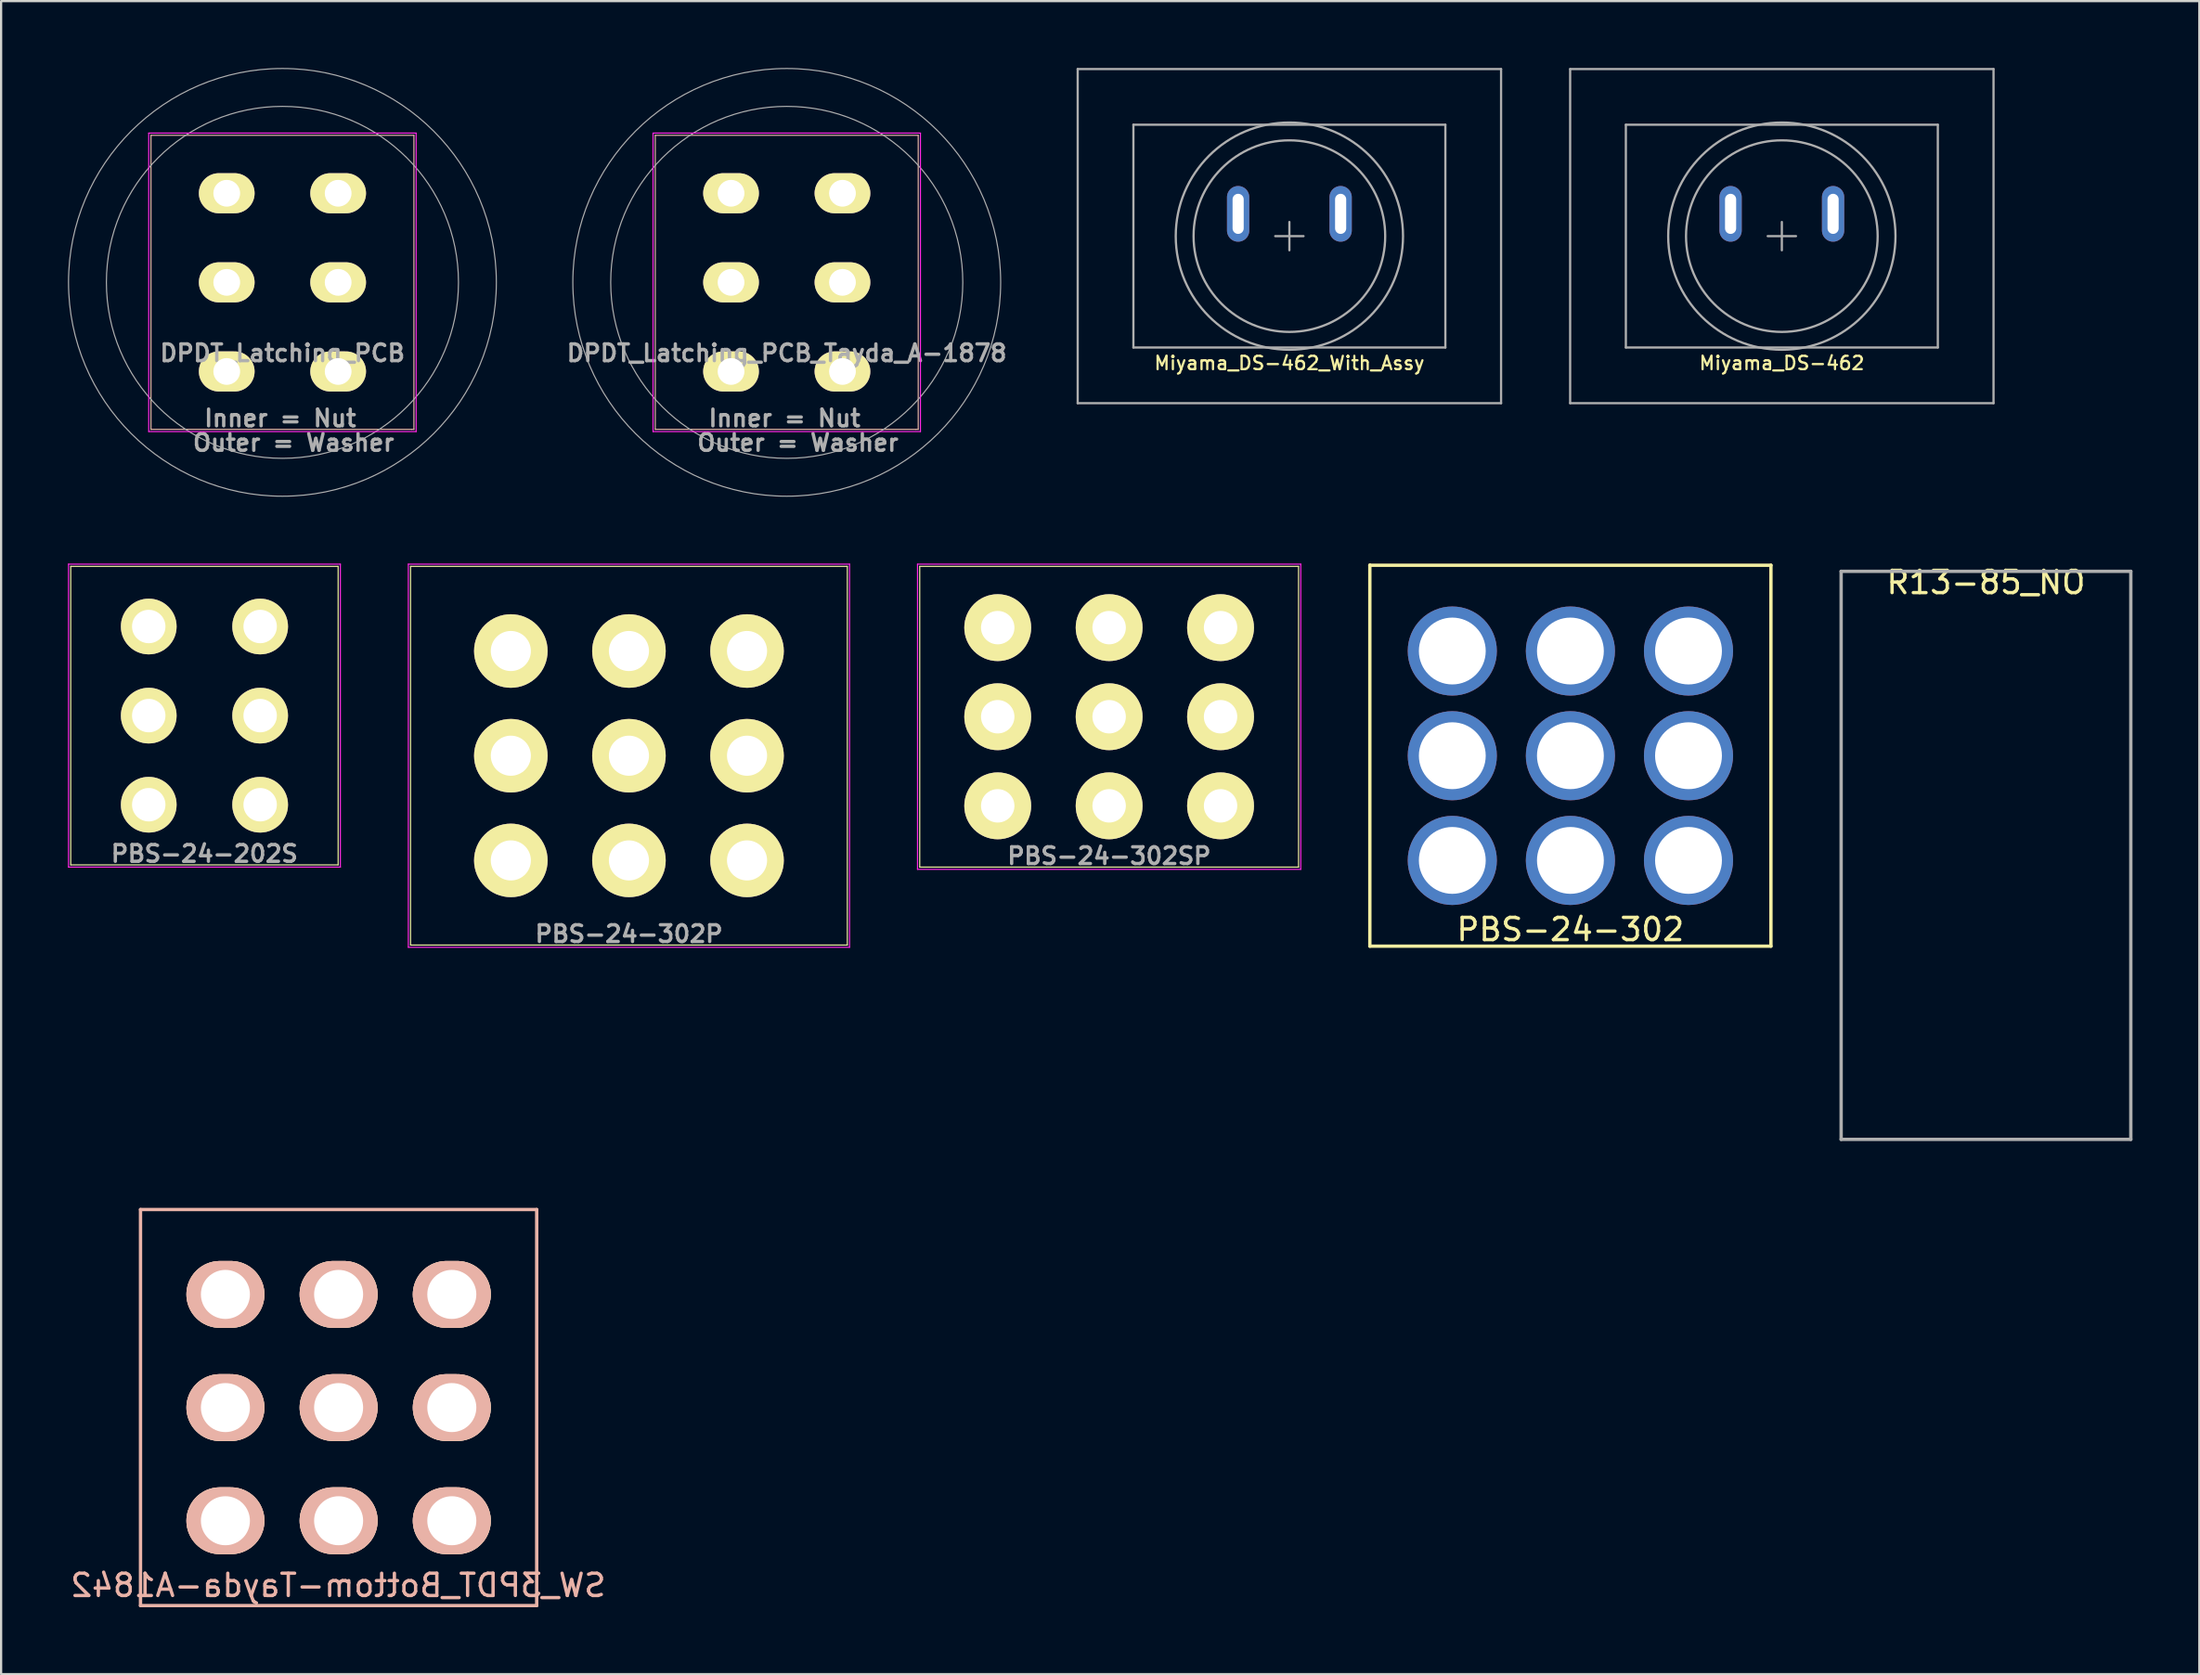
<source format=kicad_pcb>
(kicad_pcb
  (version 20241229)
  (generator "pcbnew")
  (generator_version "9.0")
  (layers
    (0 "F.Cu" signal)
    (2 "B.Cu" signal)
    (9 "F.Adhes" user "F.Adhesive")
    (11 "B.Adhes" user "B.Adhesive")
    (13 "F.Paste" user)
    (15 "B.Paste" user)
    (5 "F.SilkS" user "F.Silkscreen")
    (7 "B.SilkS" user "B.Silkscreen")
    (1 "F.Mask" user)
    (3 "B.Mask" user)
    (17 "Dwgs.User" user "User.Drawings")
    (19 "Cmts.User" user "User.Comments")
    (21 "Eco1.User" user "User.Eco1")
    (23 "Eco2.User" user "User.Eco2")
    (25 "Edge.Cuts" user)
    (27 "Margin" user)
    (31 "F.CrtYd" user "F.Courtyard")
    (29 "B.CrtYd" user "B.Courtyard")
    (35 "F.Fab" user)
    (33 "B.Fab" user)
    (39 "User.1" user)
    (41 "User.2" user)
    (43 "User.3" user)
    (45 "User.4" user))
  (footprint "PBS-24-302SP"
    (layer "F.Cu")
    (at 46.725 29.125)
    (property "Reference" "PBS-24-302SP" (at 0 6.25 0) (layer "F.Fab") (effects (font (size 0.75 0.75) (thickness 0.15))))
    (attr through_hole)
    (fp_line (start -8.5 -6.75) (end -8.5 6.75) (stroke (width 0.05) (type solid)) (layer "F.SilkS"))
    (fp_line (start -8.5 6.75) (end 8.5 6.75) (stroke (width 0.05) (type solid)) (layer "F.SilkS"))
    (fp_line (start 8.5 -6.75) (end -8.5 -6.75) (stroke (width 0.05) (type solid)) (layer "F.SilkS"))
    (fp_line (start 8.5 6.75) (end 8.5 -6.75) (stroke (width 0.05) (type solid)) (layer "F.SilkS"))
    (fp_line (start -8.6 -6.85) (end 8.6 -6.85) (stroke (width 0.05) (type solid)) (layer "F.CrtYd"))
    (fp_line (start -8.6 6.85) (end -8.6 -6.85) (stroke (width 0.05) (type solid)) (layer "F.CrtYd"))
    (fp_line (start 8.6 -6.85) (end 8.6 6.85) (stroke (width 0.05) (type solid)) (layer "F.CrtYd"))
    (fp_line (start 8.6 6.85) (end -8.6 6.85) (stroke (width 0.05) (type solid)) (layer "F.CrtYd"))
    (pad "1" thru_hole circle (at -5 -4) (size 3 3) (drill 1.5) (layers "*.Cu" "*.Mask" "F.SilkS"))
    (pad "2" thru_hole circle (at -5 0) (size 3 3) (drill 1.5) (layers "*.Cu" "*.Mask" "F.SilkS"))
    (pad "3" thru_hole circle (at -5 4) (size 3 3) (drill 1.5) (layers "*.Cu" "*.Mask" "F.SilkS"))
    (pad "4" thru_hole circle (at 0 -4) (size 3 3) (drill 1.5) (layers "*.Cu" "*.Mask" "F.SilkS"))
    (pad "5" thru_hole circle (at 0 0) (size 3 3) (drill 1.5) (layers "*.Cu" "*.Mask" "F.SilkS"))
    (pad "6" thru_hole circle (at 0 4) (size 3 3) (drill 1.5) (layers "*.Cu" "*.Mask" "F.SilkS"))
    (pad "7" thru_hole circle (at 5 -4) (size 3 3) (drill 1.5) (layers "*.Cu" "*.Mask" "F.SilkS"))
    (pad "8" thru_hole circle (at 5 0) (size 3 3) (drill 1.5) (layers "*.Cu" "*.Mask" "F.SilkS"))
    (pad "9" thru_hole circle (at 5 4) (size 3 3) (drill 1.5) (layers "*.Cu" "*.Mask" "F.SilkS")))
  (footprint "PBS-24-202S"
    (layer "F.Cu")
    (at 6.125 29.075)
    (property "Reference" "PBS-24-202S" (at 0 6.2 0) (layer "F.Fab") (effects (font (size 0.75 0.75) (thickness 0.15))))
    (attr through_hole)
    (fp_line (start -6 -6.7) (end -6 6.7) (stroke (width 0.05) (type solid)) (layer "F.SilkS"))
    (fp_line (start -6 6.7) (end 6 6.7) (stroke (width 0.05) (type solid)) (layer "F.SilkS"))
    (fp_line (start 6 -6.7) (end -6 -6.7) (stroke (width 0.05) (type solid)) (layer "F.SilkS"))
    (fp_line (start 6 6.7) (end 6 -6.7) (stroke (width 0.05) (type solid)) (layer "F.SilkS"))
    (fp_line (start -6.1 -6.8) (end -6.1 6.8) (stroke (width 0.05) (type solid)) (layer "F.CrtYd"))
    (fp_line (start -6.1 6.8) (end 6.1 6.8) (stroke (width 0.05) (type solid)) (layer "F.CrtYd"))
    (fp_line (start 6.1 -6.8) (end -6.1 -6.8) (stroke (width 0.05) (type solid)) (layer "F.CrtYd"))
    (fp_line (start 6.1 6.8) (end 6.1 -6.8) (stroke (width 0.05) (type solid)) (layer "F.CrtYd"))
    (pad "1" thru_hole circle (at -2.5 -4) (size 2.5 2.5) (drill 1.5) (layers "*.Cu" "*.Mask" "F.SilkS"))
    (pad "2" thru_hole circle (at -2.5 0) (size 2.5 2.5) (drill 1.5) (layers "*.Cu" "*.Mask" "F.SilkS"))
    (pad "3" thru_hole circle (at -2.5 4) (size 2.5 2.5) (drill 1.5) (layers "*.Cu" "*.Mask" "F.SilkS"))
    (pad "4" thru_hole circle (at 2.5 -4) (size 2.5 2.5) (drill 1.5) (layers "*.Cu" "*.Mask" "F.SilkS"))
    (pad "5" thru_hole circle (at 2.5 0) (size 2.5 2.5) (drill 1.5) (layers "*.Cu" "*.Mask" "F.SilkS"))
    (pad "6" thru_hole circle (at 2.5 4) (size 2.5 2.5) (drill 1.5) (layers "*.Cu" "*.Mask" "F.SilkS")))
  (footprint "DPDT_Latching_PCB_Tayda_A-1878"
    (layer "F.Cu")
    (at 32.257 9.625)
    (property "Reference" "DPDT_Latching_PCB_Tayda_A-1878" (at 0 3.175 0) (layer "F.Fab") (effects (font (size 0.75 0.75) (thickness 0.15))))
    (attr through_hole)
    (fp_line (start -5.9 -6.6) (end -5.9 6.6) (stroke (width 0.05) (type solid)) (layer "B.SilkS"))
    (fp_line (start -5.9 6.6) (end 5.8 6.6) (stroke (width 0.05) (type solid)) (layer "B.SilkS"))
    (fp_line (start 5.8 6.6) (end 5.9 6.6) (stroke (width 0.05) (type solid)) (layer "B.SilkS"))
    (fp_line (start 5.9 -6.6) (end -5.9 -6.6) (stroke (width 0.05) (type solid)) (layer "B.SilkS"))
    (fp_line (start 5.9 6.6) (end 5.9 -6.6) (stroke (width 0.05) (type solid)) (layer "B.SilkS"))
    (fp_line (start -6 -6.7) (end -6 6.7) (stroke (width 0.05) (type solid)) (layer "F.CrtYd"))
    (fp_line (start -6 6.7) (end 6 6.7) (stroke (width 0.05) (type solid)) (layer "F.CrtYd"))
    (fp_line (start 6 -6.7) (end -6 -6.7) (stroke (width 0.05) (type solid)) (layer "F.CrtYd"))
    (fp_line (start 6 6.7) (end 6 -6.7) (stroke (width 0.05) (type solid)) (layer "F.CrtYd"))
    (fp_circle (center 0 0) (end -7.9 0) (stroke (width 0.05) (type solid)) (fill no) (layer "F.Fab"))
    (fp_circle (center 0 0) (end 9.6 0) (stroke (width 0.05) (type solid)) (fill no) (layer "F.Fab"))
    (fp_text user "Inner = Nut" (at -0.1 6.1 0) (layer "F.Fab") (effects (font (size 0.75 0.75) (thickness 0.15))))
    (fp_text user "Outer = Washer" (at 0.5 7.2 0) (layer "F.Fab") (effects (font (size 0.75 0.75) (thickness 0.15))))
    (pad "1" thru_hole oval (at -2.5 -4) (size 2.5 1.8) (drill 1.2) (layers "*.Cu" "*.Mask" "F.SilkS"))
    (pad "2" thru_hole oval (at -2.5 0) (size 2.5 1.8) (drill 1.2) (layers "*.Cu" "*.Mask" "F.SilkS"))
    (pad "3" thru_hole oval (at -2.5 4) (size 2.5 1.8) (drill 1.2) (layers "*.Cu" "*.Mask" "F.SilkS"))
    (pad "4" thru_hole oval (at 2.5 -4) (size 2.5 1.8) (drill 1.2) (layers "*.Cu" "*.Mask" "F.SilkS"))
    (pad "5" thru_hole oval (at 2.5 0) (size 2.5 1.8) (drill 1.2) (layers "*.Cu" "*.Mask" "F.SilkS"))
    (pad "6" thru_hole oval (at 2.5 4) (size 2.5 1.8) (drill 1.2) (layers "*.Cu" "*.Mask" "F.SilkS")))
  (footprint "PBS-24-302P"
    (layer "F.Cu")
    (at 25.175 30.875)
    (property "Reference" "PBS-24-302P" (at 0 8 0) (layer "F.Fab") (effects (font (size 0.75 0.75) (thickness 0.15))))
    (attr through_hole)
    (fp_line (start -9.8 -8.5) (end -9.8 8.5) (stroke (width 0.05) (type solid)) (layer "F.SilkS"))
    (fp_line (start -9.8 8.5) (end 9.8 8.5) (stroke (width 0.05) (type solid)) (layer "F.SilkS"))
    (fp_line (start 9.8 -8.5) (end -9.8 -8.5) (stroke (width 0.05) (type solid)) (layer "F.SilkS"))
    (fp_line (start 9.8 8.5) (end 9.8 -8.5) (stroke (width 0.05) (type solid)) (layer "F.SilkS"))
    (fp_line (start -9.9 -8.6) (end -9.9 8.6) (stroke (width 0.05) (type solid)) (layer "F.CrtYd"))
    (fp_line (start -9.9 8.6) (end 9.9 8.6) (stroke (width 0.05) (type solid)) (layer "F.CrtYd"))
    (fp_line (start 9.9 -8.6) (end -9.9 -8.6) (stroke (width 0.05) (type solid)) (layer "F.CrtYd"))
    (fp_line (start 9.9 8.6) (end 9.9 -8.6) (stroke (width 0.05) (type solid)) (layer "F.CrtYd"))
    (pad "1" thru_hole circle (at -5.3 -4.7) (size 3.3 3.3) (drill 1.8) (layers "*.Cu" "*.Mask" "F.SilkS"))
    (pad "2" thru_hole circle (at -5.3 0) (size 3.3 3.3) (drill 1.8) (layers "*.Cu" "*.Mask" "F.SilkS"))
    (pad "3" thru_hole circle (at -5.3 4.7) (size 3.3 3.3) (drill 1.8) (layers "*.Cu" "*.Mask" "F.SilkS"))
    (pad "4" thru_hole circle (at 0 -4.7) (size 3.3 3.3) (drill 1.8) (layers "*.Cu" "*.Mask" "F.SilkS"))
    (pad "5" thru_hole circle (at 0 0) (size 3.3 3.3) (drill 1.8) (layers "*.Cu" "*.Mask" "F.SilkS"))
    (pad "6" thru_hole circle (at 0 4.7) (size 3.3 3.3) (drill 1.8) (layers "*.Cu" "*.Mask" "F.SilkS"))
    (pad "7" thru_hole circle (at 5.3 -4.7) (size 3.3 3.3) (drill 1.8) (layers "*.Cu" "*.Mask" "F.SilkS"))
    (pad "8" thru_hole circle (at 5.3 0) (size 3.3 3.3) (drill 1.8) (layers "*.Cu" "*.Mask" "F.SilkS"))
    (pad "9" thru_hole circle (at 5.3 4.7) (size 3.3 3.3) (drill 1.8) (layers "*.Cu" "*.Mask" "F.SilkS")))
  (footprint "PBS-24-302"
    (layer "F.Cu")
    (at 67.425 30.875)
    (property "Reference" "PBS-24-302" (at 0 7.8 0) (layer "F.SilkS") (effects (font (size 1 1) (thickness 0.15))))
    (attr through_hole)
    (fp_line (start -9 -8.55) (end -9 -8.55) (stroke (width 0.15) (type solid)) (layer "F.SilkS"))
    (fp_line (start -9 -8.55) (end 9 -8.55) (stroke (width 0.15) (type solid)) (layer "F.SilkS"))
    (fp_line (start -9 8.55) (end -9 -8.55) (stroke (width 0.15) (type solid)) (layer "F.SilkS"))
    (fp_line (start 9 -8.55) (end 9 8.55) (stroke (width 0.15) (type solid)) (layer "F.SilkS"))
    (fp_line (start 9 8.55) (end -9 8.55) (stroke (width 0.15) (type solid)) (layer "F.SilkS"))
    (pad "1" thru_hole circle (at -5.3 -4.7) (size 4 4) (drill 3) (layers "*.Cu" "*.Mask"))
    (pad "2" thru_hole circle (at -5.3 0) (size 4 4) (drill 3) (layers "*.Cu" "*.Mask"))
    (pad "3" thru_hole circle (at -5.3 4.7) (size 4 4) (drill 3) (layers "*.Cu" "*.Mask"))
    (pad "4" thru_hole circle (at 0 -4.7) (size 4 4) (drill 3) (layers "*.Cu" "*.Mask"))
    (pad "5" thru_hole circle (at 0 0) (size 4 4) (drill 3) (layers "*.Cu" "*.Mask"))
    (pad "6" thru_hole circle (at 0 4.7) (size 4 4) (drill 3) (layers "*.Cu" "*.Mask"))
    (pad "7" thru_hole circle (at 5.3 -4.7) (size 4 4) (drill 3) (layers "*.Cu" "*.Mask"))
    (pad "8" thru_hole circle (at 5.3 0) (size 4 4) (drill 3) (layers "*.Cu" "*.Mask"))
    (pad "9" thru_hole circle (at 5.3 4.7) (size 4 4) (drill 3) (layers "*.Cu" "*.Mask")))
  (footprint "DPDT_Latching_PCB"
    (layer "F.Cu")
    (at 9.625 9.625)
    (property "Reference" "DPDT_Latching_PCB" (at 0 3.175 0) (layer "F.Fab") (effects (font (size 0.75 0.75) (thickness 0.15))))
    (attr through_hole)
    (fp_line (start -5.9 -6.6) (end -5.9 6.6) (stroke (width 0.05) (type solid)) (layer "B.SilkS"))
    (fp_line (start -5.9 6.6) (end 5.8 6.6) (stroke (width 0.05) (type solid)) (layer "B.SilkS"))
    (fp_line (start 5.8 6.6) (end 5.9 6.6) (stroke (width 0.05) (type solid)) (layer "B.SilkS"))
    (fp_line (start 5.9 -6.6) (end -5.9 -6.6) (stroke (width 0.05) (type solid)) (layer "B.SilkS"))
    (fp_line (start 5.9 6.6) (end 5.9 -6.6) (stroke (width 0.05) (type solid)) (layer "B.SilkS"))
    (fp_line (start -6 -6.7) (end -6 6.7) (stroke (width 0.05) (type solid)) (layer "F.CrtYd"))
    (fp_line (start -6 6.7) (end 6 6.7) (stroke (width 0.05) (type solid)) (layer "F.CrtYd"))
    (fp_line (start 6 -6.7) (end -6 -6.7) (stroke (width 0.05) (type solid)) (layer "F.CrtYd"))
    (fp_line (start 6 6.7) (end 6 -6.7) (stroke (width 0.05) (type solid)) (layer "F.CrtYd"))
    (fp_circle (center 0 0) (end -7.9 0) (stroke (width 0.05) (type solid)) (fill no) (layer "F.Fab"))
    (fp_circle (center 0 0) (end 9.6 0) (stroke (width 0.05) (type solid)) (fill no) (layer "F.Fab"))
    (fp_text user "Outer = Washer" (at 0.5 7.2 0) (layer "F.Fab") (effects (font (size 0.75 0.75) (thickness 0.15))))
    (fp_text user "Inner = Nut" (at -0.1 6.1 0) (layer "F.Fab") (effects (font (size 0.75 0.75) (thickness 0.15))))
    (pad "1" thru_hole oval (at -2.5 -4) (size 2.5 1.8) (drill 1.2) (layers "*.Cu" "*.Mask" "F.SilkS"))
    (pad "2" thru_hole oval (at -2.5 0) (size 2.5 1.8) (drill 1.2) (layers "*.Cu" "*.Mask" "F.SilkS"))
    (pad "3" thru_hole oval (at -2.5 4) (size 2.5 1.8) (drill 1.2) (layers "*.Cu" "*.Mask" "F.SilkS"))
    (pad "4" thru_hole oval (at 2.5 -4) (size 2.5 1.8) (drill 1.2) (layers "*.Cu" "*.Mask" "F.SilkS"))
    (pad "5" thru_hole oval (at 2.5 0) (size 2.5 1.8) (drill 1.2) (layers "*.Cu" "*.Mask" "F.SilkS"))
    (pad "6" thru_hole oval (at 2.5 4) (size 2.5 1.8) (drill 1.2) (layers "*.Cu" "*.Mask" "F.SilkS")))
  (footprint "R13-85_NO"
    (layer "F.Cu")
    (at 86.075 22.598)
    (property "Reference" "R13-85_NO" (at 0 0.5 0) (layer "F.SilkS") (effects (font (size 1 1) (thickness 0.15))))
    (attr through_hole)
    (fp_line (start -6.5 0) (end 6.5 0) (stroke (width 0.15) (type solid)) (layer "F.Fab"))
    (fp_line (start -6.5 25.5) (end -6.5 0) (stroke (width 0.15) (type solid)) (layer "F.Fab"))
    (fp_line (start 6.5 0) (end 6.5 25.5) (stroke (width 0.15) (type solid)) (layer "F.Fab"))
    (fp_line (start 6.5 25.5) (end -6.5 25.5) (stroke (width 0.15) (type solid)) (layer "F.Fab")))
  (footprint "SW_3PDT_Bottom-Tayda-A1842"
    (layer "F.Cu")
    (at 12.146 60.138)
    (property "Reference" "SW_3PDT_Bottom-Tayda-A1842" (at -0.021 7.98 0) (layer "B.SilkS") (effects (font (size 1 1) (thickness 0.15)) (justify mirror)))
    (attr through_hole)
    (fp_line (start -8.89 -8.89) (end -8.89 8.89) (stroke (width 0.15) (type solid)) (layer "B.SilkS"))
    (fp_line (start -8.89 8.89) (end 8.89 8.89) (stroke (width 0.15) (type solid)) (layer "B.SilkS"))
    (fp_line (start 8.89 -8.89) (end -8.89 -8.89) (stroke (width 0.15) (type solid)) (layer "B.SilkS"))
    (fp_line (start 8.89 8.89) (end 8.89 -8.89) (stroke (width 0.15) (type solid)) (layer "B.SilkS"))
    (pad "1" thru_hole oval (at -5.08 -5.08) (size 3.5 3) (drill 2.2) (layers "*.Cu" "*.SilkS" "*.Mask"))
    (pad "2" thru_hole oval (at -5.08 0) (size 3.5 3) (drill 2.2) (layers "*.Cu" "*.SilkS" "*.Mask"))
    (pad "3" thru_hole oval (at -5.08 5.08) (size 3.5 3) (drill 2.2) (layers "*.Cu" "*.SilkS" "*.Mask"))
    (pad "4" thru_hole oval (at 0 -5.08) (size 3.5 3) (drill 2.2) (layers "*.Cu" "*.SilkS" "*.Mask"))
    (pad "5" thru_hole oval (at 0 0) (size 3.5 3) (drill 2.2) (layers "*.Cu" "*.SilkS" "*.Mask"))
    (pad "6" thru_hole oval (at 0 5.08) (size 3.5 3) (drill 2.2) (layers "*.Cu" "*.SilkS" "*.Mask"))
    (pad "7" thru_hole oval (at 5.08 -5.08) (size 3.5 3) (drill 2.2) (layers "*.Cu" "*.SilkS" "*.Mask"))
    (pad "8" thru_hole oval (at 5.08 0) (size 3.5 3) (drill 2.2) (layers "*.Cu" "*.SilkS" "*.Mask"))
    (pad "9" thru_hole oval (at 5.08 5.08) (size 3.5 3) (drill 2.2) (layers "*.Cu" "*.SilkS" "*.Mask")))
  (footprint "Miyama_DS-462"
    (layer "F.Cu")
    (at 76.914 7.55)
    (property "Reference" "Miyama_DS-462" (at 0 5.7 0) (layer "F.SilkS") (effects (font (size 0.6 0.6) (thickness 0.1))))
    (attr through_hole)
    (fp_line (start -9.5 -7.5) (end -9.5 7.5) (stroke (width 0.1) (type solid)) (layer "F.Fab"))
    (fp_line (start -9.5 7.5) (end 9.5 7.5) (stroke (width 0.1) (type solid)) (layer "F.Fab"))
    (fp_line (start -7 -5) (end -7 5) (stroke (width 0.1) (type solid)) (layer "F.Fab"))
    (fp_line (start -7 5) (end 7 5) (stroke (width 0.1) (type solid)) (layer "F.Fab"))
    (fp_line (start -0.635 0) (end 0.635 0) (stroke (width 0.1) (type solid)) (layer "F.Fab"))
    (fp_line (start 0 -0.635) (end 0 0.635) (stroke (width 0.1) (type solid)) (layer "F.Fab"))
    (fp_line (start 7 -5) (end -7 -5) (stroke (width 0.1) (type solid)) (layer "F.Fab"))
    (fp_line (start 7 5) (end 7 -5) (stroke (width 0.1) (type solid)) (layer "F.Fab"))
    (fp_line (start 9.5 -7.5) (end -9.5 -7.5) (stroke (width 0.1) (type solid)) (layer "F.Fab"))
    (fp_line (start 9.5 7.5) (end 9.5 -7.5) (stroke (width 0.1) (type solid)) (layer "F.Fab"))
    (fp_circle (center 0 0) (end 4.3 0) (stroke (width 0.1) (type solid)) (fill no) (layer "F.Fab"))
    (fp_circle (center 0 0) (end 5.1 0) (stroke (width 0.1) (type solid)) (fill no) (layer "F.Fab"))
    (pad "1" thru_hole oval (at -2.3 -1) (size 1 2.5) (drill oval 0.5 1.8) (layers "*.Cu" "*.Mask"))
    (pad "2" thru_hole oval (at 2.3 -1) (size 1 2.5) (drill oval 0.5 1.8) (layers "*.Cu" "*.Mask")))
  (footprint "Miyama_DS-462_With_Assy"
    (layer "F.Cu")
    (at 54.814 7.55)
    (property "Reference" "Miyama_DS-462_With_Assy" (at 0 5.7 0) (layer "F.SilkS") (effects (font (size 0.6 0.6) (thickness 0.1))))
    (attr through_hole)
    (fp_line (start -9.5 -7.5) (end -9.5 7.5) (stroke (width 0.1) (type solid)) (layer "F.Fab"))
    (fp_line (start -9.5 7.5) (end 9.5 7.5) (stroke (width 0.1) (type solid)) (layer "F.Fab"))
    (fp_line (start -7 -5) (end -7 5) (stroke (width 0.1) (type solid)) (layer "F.Fab"))
    (fp_line (start -7 5) (end 7 5) (stroke (width 0.1) (type solid)) (layer "F.Fab"))
    (fp_line (start -0.635 0) (end 0.635 0) (stroke (width 0.1) (type solid)) (layer "F.Fab"))
    (fp_line (start 0 -0.635) (end 0 0.635) (stroke (width 0.1) (type solid)) (layer "F.Fab"))
    (fp_line (start 7 -5) (end -7 -5) (stroke (width 0.1) (type solid)) (layer "F.Fab"))
    (fp_line (start 7 5) (end 7 -5) (stroke (width 0.1) (type solid)) (layer "F.Fab"))
    (fp_line (start 9.5 -7.5) (end -9.5 -7.5) (stroke (width 0.1) (type solid)) (layer "F.Fab"))
    (fp_line (start 9.5 7.5) (end 9.5 -7.5) (stroke (width 0.1) (type solid)) (layer "F.Fab"))
    (fp_circle (center 0 0) (end 4.3 0) (stroke (width 0.1) (type solid)) (fill no) (layer "F.Fab"))
    (fp_circle (center 0 0) (end 5.1 0) (stroke (width 0.1) (type solid)) (fill no) (layer "F.Fab"))
    (pad "1" thru_hole oval (at -2.3 -1) (size 1 2.5) (drill oval 0.5 1.8) (layers "*.Cu" "*.Mask"))
    (pad "2" thru_hole oval (at 2.3 -1) (size 1 2.5) (drill oval 0.5 1.8) (layers "*.Cu" "*.Mask")))
  (gr_rect
    (start -3 -3)
    (end 95.65 72.103)
    (stroke (width 0.1) (type default))
    (fill no)
    (layer "Edge.Cuts")))
</source>
